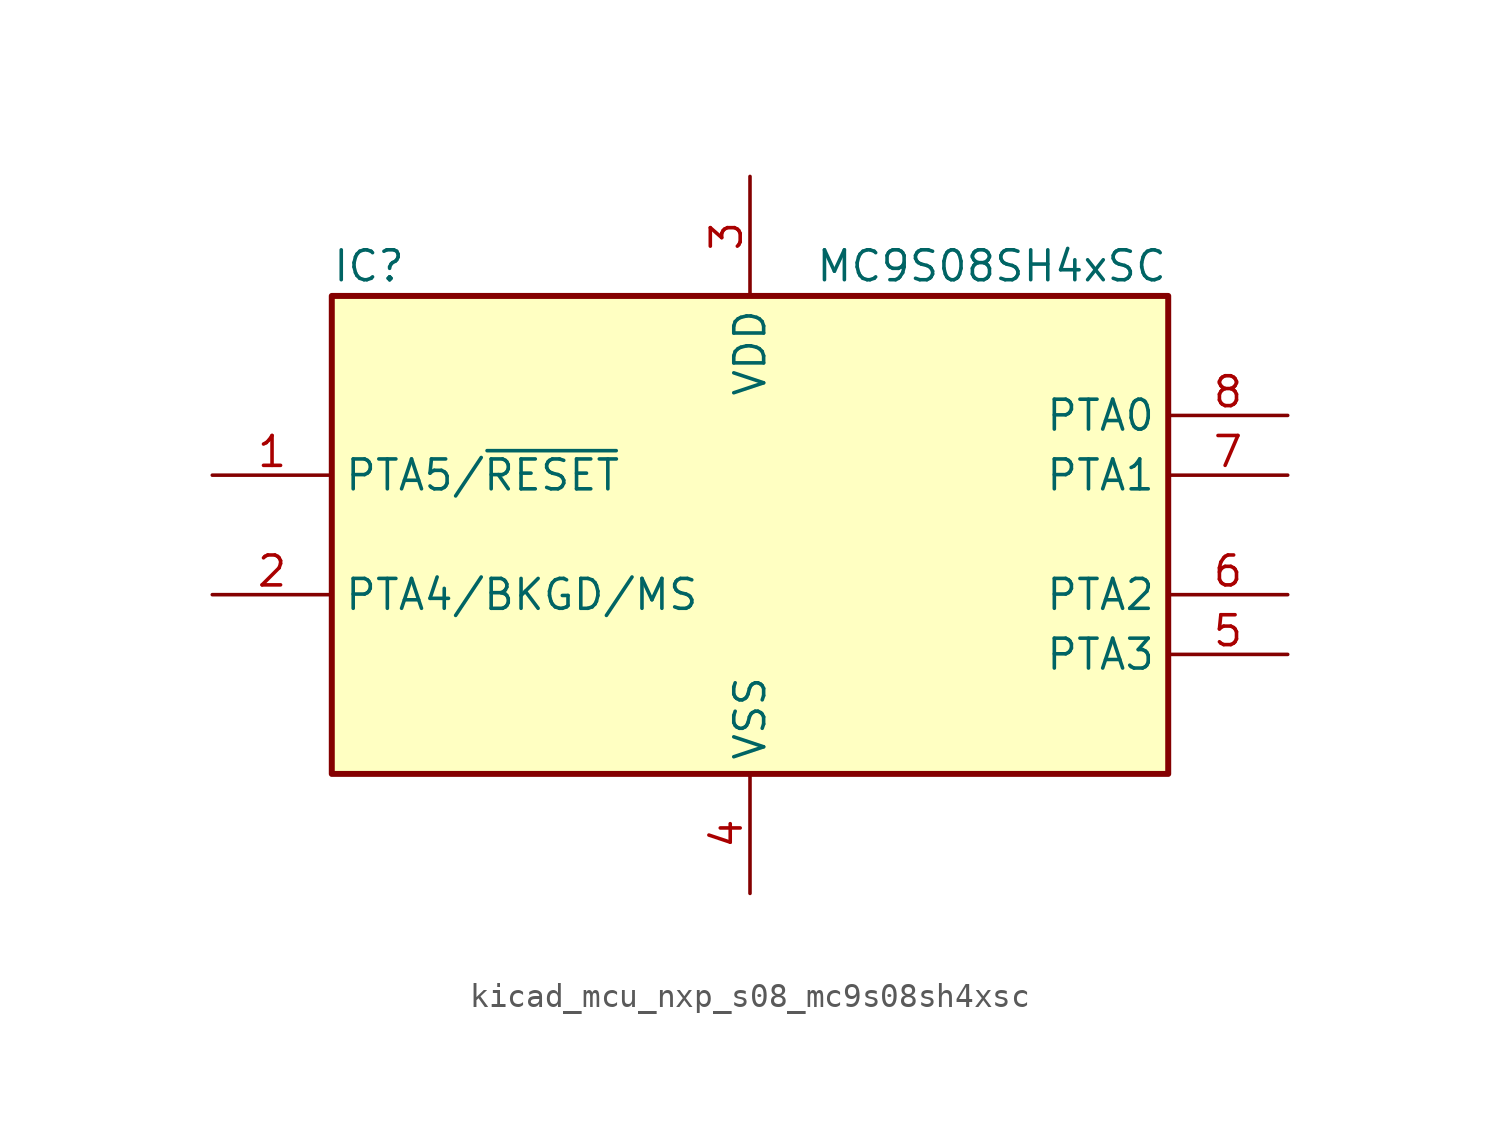
<source format=kicad_sym>
(kicad_symbol_lib
  (version 20220914)
  (generator kicad_symbol_editor)
  (symbol "kicad_mcu_nxp_s08_mc9s08sh4xsc"
    (property "Reference" "IC"
      (at -17.78 11.43 0)
      (effects (font (size 1.27 1.27)) (justify left)))
    (property "Value" "MC9S08SH4xSC"
      (at 17.78 11.43 0)
      (effects (font (size 1.27 1.27)) (justify right)))
    (symbol "kicad_mcu_nxp_s08_mc9s08sh4xsc_0_1"
      (rectangle (start -17.78 10.16) (end 17.78 -10.16) (stroke (width 0.254) (type default)) (fill (type background))))
    (symbol "kicad_mcu_nxp_s08_mc9s08sh4xsc_1_1"
      (pin bidirectional line (at -22.86 2.54 0) (length 5.08) (name "PTA5/~{RESET}" (effects (font (size 1.27 1.27)))) (number "1" (effects (font (size 1.27 1.27)))))
      (pin bidirectional line (at -22.86 -2.54 0) (length 5.08) (name "PTA4/BKGD/MS" (effects (font (size 1.27 1.27)))) (number "2" (effects (font (size 1.27 1.27)))))
      (pin power_in line (at 0 15.24 270) (length 5.08) (name "VDD" (effects (font (size 1.27 1.27)))) (number "3" (effects (font (size 1.27 1.27)))))
      (pin power_in line (at 0 -15.24 90) (length 5.08) (name "VSS" (effects (font (size 1.27 1.27)))) (number "4" (effects (font (size 1.27 1.27)))))
      (pin bidirectional line (at 22.86 -5.08 180) (length 5.08) (name "PTA3" (effects (font (size 1.27 1.27)))) (number "5" (effects (font (size 1.27 1.27)))))
      (pin bidirectional line (at 22.86 -2.54 180) (length 5.08) (name "PTA2" (effects (font (size 1.27 1.27)))) (number "6" (effects (font (size 1.27 1.27)))))
      (pin bidirectional line (at 22.86 2.54 180) (length 5.08) (name "PTA1" (effects (font (size 1.27 1.27)))) (number "7" (effects (font (size 1.27 1.27)))))
      (pin bidirectional line (at 22.86 5.08 180) (length 5.08) (name "PTA0" (effects (font (size 1.27 1.27)))) (number "8" (effects (font (size 1.27 1.27))))))))
</source>
